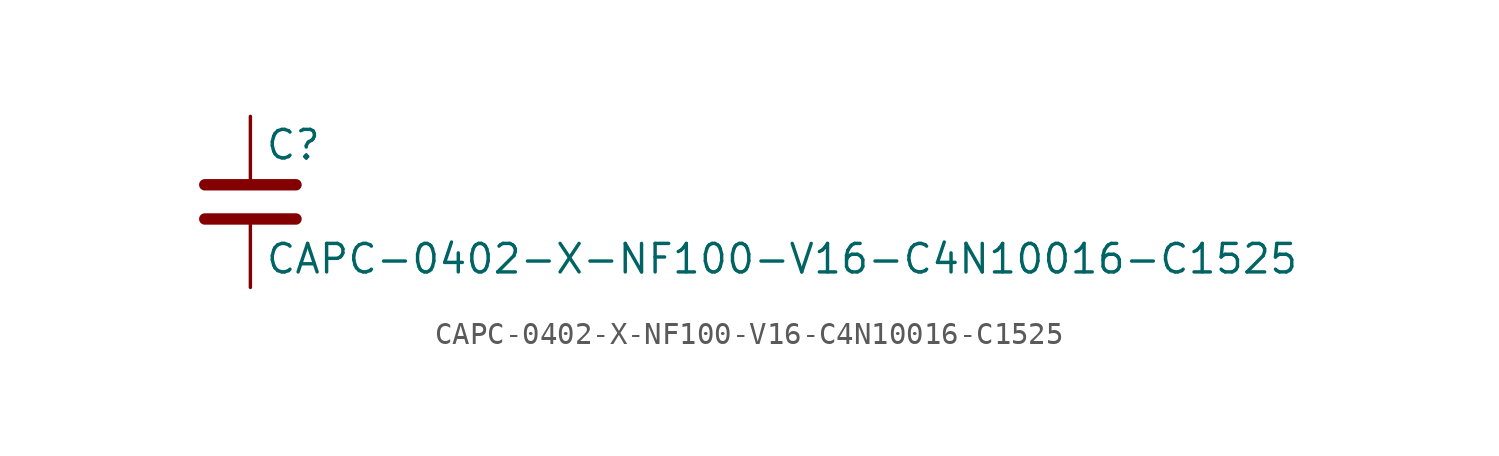
<source format=kicad_sym>
(kicad_symbol_lib
  (version 20211014)
  (generator kicad_symbol_editor)
  (symbol "CAPC-0402-X-NF100-V16-C4N10016-C1525"
    (pin_numbers hide)
    (pin_names
      (offset 0.254))
    (property "Reference" "C"
      (at 0.635 2.54 0)
      (effects (font (size 1.27 1.27)) (justify left)))
    (property "Value" "CAPC-0402-X-NF100-V16-C4N10016-C1525"
      (at 0.635 -2.54 0)
      (effects (font (size 1.27 1.27)) (justify left)))
    (symbol "CAPC-0402-X-NF100-V16-C4N10016-C1525_0_1"
      (polyline (pts (xy -2.032 -0.762) (xy 2.032 -0.762)) (stroke (width 0.508) (type default) (color 0 0 0 0)) (fill (type none)))
      (polyline (pts (xy -2.032 0.762) (xy 2.032 0.762)) (stroke (width 0.508) (type default) (color 0 0 0 0)) (fill (type none))))
    (symbol "CAPC-0402-X-NF100-V16-C4N10016-C1525_1_1"
      (pin passive line (at 0 3.81 270) (length 2.794) (name "~" (effects (font (size 1.27 1.27)))) (number "1" (effects (font (size 1.27 1.27)))))
      (pin passive line (at 0 -3.81 90) (length 2.794) (name "~" (effects (font (size 1.27 1.27)))) (number "2" (effects (font (size 1.27 1.27))))))))
</source>
